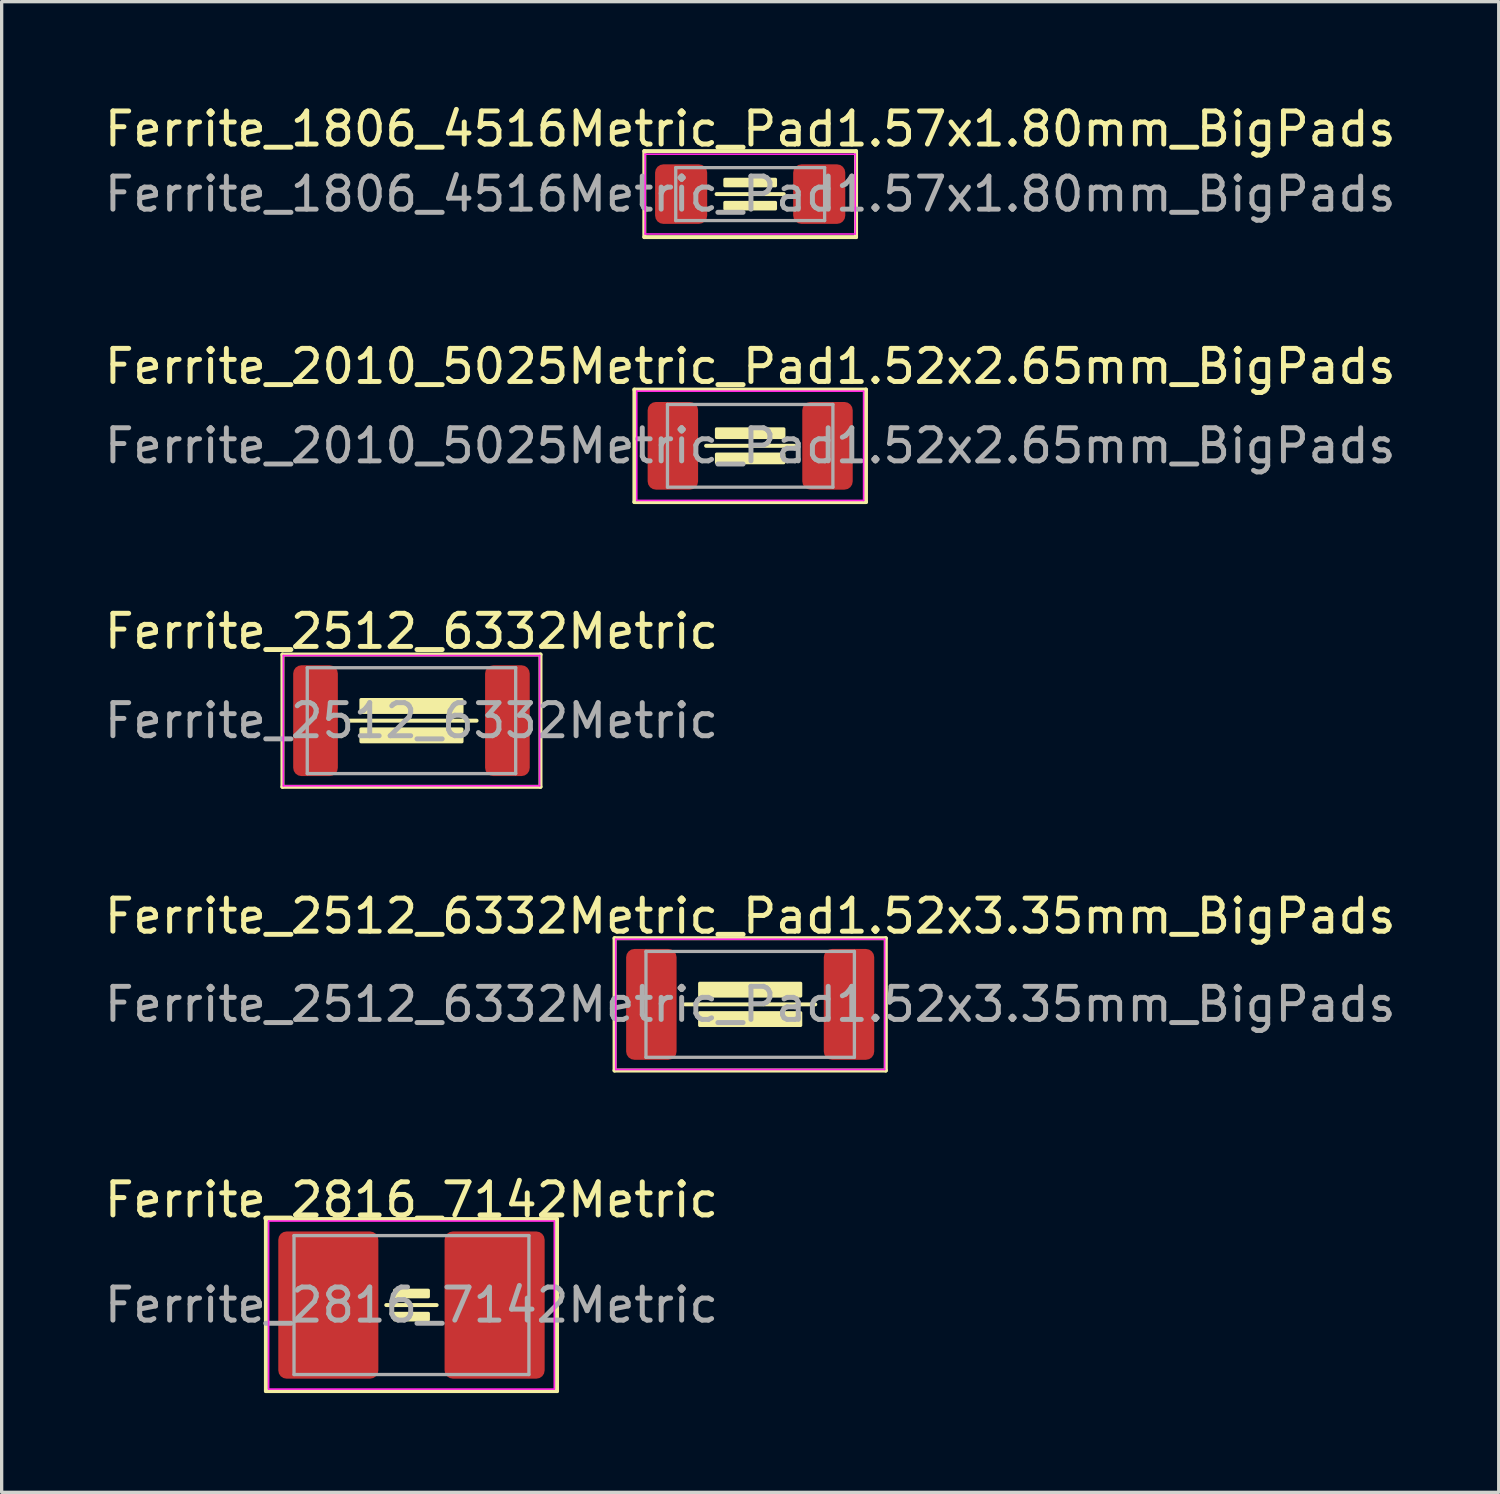
<source format=kicad_pcb>
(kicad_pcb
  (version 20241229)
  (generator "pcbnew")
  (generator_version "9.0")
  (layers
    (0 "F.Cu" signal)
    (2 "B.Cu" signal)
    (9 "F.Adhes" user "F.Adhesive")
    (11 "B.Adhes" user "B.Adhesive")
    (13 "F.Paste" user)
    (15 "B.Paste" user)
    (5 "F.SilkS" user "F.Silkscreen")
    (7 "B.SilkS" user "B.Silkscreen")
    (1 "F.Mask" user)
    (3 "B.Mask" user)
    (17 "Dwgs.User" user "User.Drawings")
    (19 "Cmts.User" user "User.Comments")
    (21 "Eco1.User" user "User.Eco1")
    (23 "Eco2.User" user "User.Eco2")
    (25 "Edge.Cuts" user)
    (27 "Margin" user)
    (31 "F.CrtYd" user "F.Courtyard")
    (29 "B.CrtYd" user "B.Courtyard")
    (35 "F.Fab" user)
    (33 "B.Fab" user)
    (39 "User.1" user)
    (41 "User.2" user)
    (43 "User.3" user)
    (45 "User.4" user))
  (footprint "Ferrite_1806_4516Metric_Pad1.57x1.80mm_BigPads"
    (layer "F.Cu")
    (at 19.625 2.817)
    (property "Reference" "Ferrite_1806_4516Metric_Pad1.57x1.80mm_BigPads" (at 0 -1.968 0) (layer "F.SilkS") (effects (font (size 1 1) (thickness 0.15))))
    (attr smd)
    (fp_line (start -3.2 -1.3) (end -3.2 1.3) (stroke (width 0.12) (type solid)) (layer "F.SilkS"))
    (fp_line (start -3.2 1.3) (end 3.2 1.3) (stroke (width 0.12) (type solid)) (layer "F.SilkS"))
    (fp_line (start -1.016 0) (end 1.016 0) (stroke (width 0.12) (type solid)) (layer "F.SilkS"))
    (fp_line (start 3.2 -1.3) (end -3.2 -1.3) (stroke (width 0.12) (type solid)) (layer "F.SilkS"))
    (fp_line (start 3.2 1.3) (end 3.2 -1.3) (stroke (width 0.12) (type solid)) (layer "F.SilkS"))
    (fp_poly (pts (xy 0.762 -0.254) (xy -0.762 -0.254) (xy -0.762 -0.445) (xy 0.762 -0.445)) (stroke (width 0.1) (type solid)) (fill yes) (layer "F.SilkS"))
    (fp_poly (pts (xy 0.762 0.445) (xy -0.762 0.445) (xy -0.762 0.254) (xy 0.762 0.254)) (stroke (width 0.1) (type solid)) (fill yes) (layer "F.SilkS"))
    (fp_line (start -3.175 -1.206) (end 3.175 -1.206) (stroke (width 0.05) (type solid)) (layer "F.CrtYd"))
    (fp_line (start -3.175 1.206) (end -3.175 -1.206) (stroke (width 0.05) (type solid)) (layer "F.CrtYd"))
    (fp_line (start 3.175 -1.206) (end 3.175 1.206) (stroke (width 0.05) (type solid)) (layer "F.CrtYd"))
    (fp_line (start 3.175 1.206) (end -3.175 1.206) (stroke (width 0.05) (type solid)) (layer "F.CrtYd"))
    (fp_line (start -2.25 -0.8) (end 2.25 -0.8) (stroke (width 0.1) (type solid)) (layer "F.Fab"))
    (fp_line (start -2.25 0.8) (end -2.25 -0.8) (stroke (width 0.1) (type solid)) (layer "F.Fab"))
    (fp_line (start 2.25 -0.8) (end 2.25 0.8) (stroke (width 0.1) (type solid)) (layer "F.Fab"))
    (fp_line (start 2.25 0.8) (end -2.25 0.8) (stroke (width 0.1) (type solid)) (layer "F.Fab"))
    (fp_text user "${REFERENCE}" (at 0 0 0) (layer "F.Fab") (effects (font (size 1 1) (thickness 0.15))))
    (pad "1" smd roundrect (at -2.087 0) (size 1.575 1.8) (layers "F.Cu" "F.Mask" "F.Paste") (roundrect_rratio 0.159))
    (pad "2" smd roundrect (at 2.087 0) (size 1.575 1.8) (layers "F.Cu" "F.Mask" "F.Paste") (roundrect_rratio 0.159)))
  (footprint "Ferrite_2010_5025Metric_Pad1.52x2.65mm_BigPads"
    (layer "F.Cu")
    (at 19.625 10.425)
    (property "Reference" "Ferrite_2010_5025Metric_Pad1.52x2.65mm_BigPads" (at 0 -2.4 0) (layer "F.SilkS") (effects (font (size 1 1) (thickness 0.15))))
    (attr smd)
    (fp_line (start -3.5 -1.7) (end -3.5 1.7) (stroke (width 0.12) (type solid)) (layer "F.SilkS"))
    (fp_line (start -3.5 1.7) (end 3.5 1.7) (stroke (width 0.12) (type solid)) (layer "F.SilkS"))
    (fp_line (start -1.333 0) (end 1.333 0) (stroke (width 0.12) (type solid)) (layer "F.SilkS"))
    (fp_line (start 3.5 -1.7) (end -3.5 -1.7) (stroke (width 0.12) (type solid)) (layer "F.SilkS"))
    (fp_line (start 3.5 1.7) (end 3.5 -1.7) (stroke (width 0.12) (type solid)) (layer "F.SilkS"))
    (fp_poly (pts (xy 1.016 -0.254) (xy -1.016 -0.254) (xy -1.016 -0.508) (xy 1.016 -0.508)) (stroke (width 0.1) (type solid)) (fill yes) (layer "F.SilkS"))
    (fp_poly (pts (xy 1.016 0.508) (xy -1.016 0.508) (xy -1.016 0.254) (xy 1.016 0.254)) (stroke (width 0.1) (type solid)) (fill yes) (layer "F.SilkS"))
    (fp_line (start -3.429 -1.651) (end 3.429 -1.651) (stroke (width 0.05) (type solid)) (layer "F.CrtYd"))
    (fp_line (start -3.429 1.651) (end -3.429 -1.651) (stroke (width 0.05) (type solid)) (layer "F.CrtYd"))
    (fp_line (start 3.429 -1.651) (end 3.429 1.651) (stroke (width 0.05) (type solid)) (layer "F.CrtYd"))
    (fp_line (start 3.429 1.651) (end -3.429 1.651) (stroke (width 0.05) (type solid)) (layer "F.CrtYd"))
    (fp_line (start -2.5 -1.25) (end 2.5 -1.25) (stroke (width 0.1) (type solid)) (layer "F.Fab"))
    (fp_line (start -2.5 1.25) (end -2.5 -1.25) (stroke (width 0.1) (type solid)) (layer "F.Fab"))
    (fp_line (start 2.5 -1.25) (end 2.5 1.25) (stroke (width 0.1) (type solid)) (layer "F.Fab"))
    (fp_line (start 2.5 1.25) (end -2.5 1.25) (stroke (width 0.1) (type solid)) (layer "F.Fab"))
    (fp_text user "${REFERENCE}" (at 0 0 0) (layer "F.Fab") (effects (font (size 1 1) (thickness 0.15))))
    (pad "1" smd roundrect (at -2.337 0) (size 1.525 2.65) (layers "F.Cu" "F.Mask" "F.Paste") (roundrect_rratio 0.164))
    (pad "2" smd roundrect (at 2.337 0) (size 1.525 2.65) (layers "F.Cu" "F.Mask" "F.Paste") (roundrect_rratio 0.164)))
  (footprint "Ferrite_2512_6332Metric_Pad1.52x3.35mm_BigPads"
    (layer "F.Cu")
    (at 19.625 27.308)
    (property "Reference" "Ferrite_2512_6332Metric_Pad1.52x3.35mm_BigPads" (at 0 -2.667 0) (layer "F.SilkS") (effects (font (size 1 1) (thickness 0.15))))
    (attr smd)
    (fp_line (start -4.1 -2) (end -4.1 2) (stroke (width 0.12) (type solid)) (layer "F.SilkS"))
    (fp_line (start -4.1 2) (end 4.1 2) (stroke (width 0.12) (type solid)) (layer "F.SilkS"))
    (fp_line (start -1.968 0) (end 1.968 0) (stroke (width 0.12) (type solid)) (layer "F.SilkS"))
    (fp_line (start 4.1 -2) (end -4.1 -2) (stroke (width 0.12) (type solid)) (layer "F.SilkS"))
    (fp_line (start 4.1 2) (end 4.1 -2) (stroke (width 0.12) (type solid)) (layer "F.SilkS"))
    (fp_poly (pts (xy 1.524 -0.254) (xy -1.524 -0.254) (xy -1.524 -0.635) (xy 1.524 -0.635)) (stroke (width 0.1) (type solid)) (fill yes) (layer "F.SilkS"))
    (fp_poly (pts (xy 1.524 0.635) (xy -1.524 0.635) (xy -1.524 0.254) (xy 1.524 0.254)) (stroke (width 0.1) (type solid)) (fill yes) (layer "F.SilkS"))
    (fp_line (start -4.064 -1.968) (end 4.064 -1.968) (stroke (width 0.05) (type solid)) (layer "F.CrtYd"))
    (fp_line (start -4.064 1.968) (end -4.064 -1.968) (stroke (width 0.05) (type solid)) (layer "F.CrtYd"))
    (fp_line (start 4.064 -1.968) (end 4.064 1.968) (stroke (width 0.05) (type solid)) (layer "F.CrtYd"))
    (fp_line (start 4.064 1.968) (end -4.064 1.968) (stroke (width 0.05) (type solid)) (layer "F.CrtYd"))
    (fp_line (start -3.15 -1.6) (end 3.15 -1.6) (stroke (width 0.1) (type solid)) (layer "F.Fab"))
    (fp_line (start -3.15 1.6) (end -3.15 -1.6) (stroke (width 0.1) (type solid)) (layer "F.Fab"))
    (fp_line (start 3.15 -1.6) (end 3.15 1.6) (stroke (width 0.1) (type solid)) (layer "F.Fab"))
    (fp_line (start 3.15 1.6) (end -3.15 1.6) (stroke (width 0.1) (type solid)) (layer "F.Fab"))
    (fp_text user "${REFERENCE}" (at 0 0 0) (layer "F.Fab") (effects (font (size 1 1) (thickness 0.15))))
    (pad "1" smd roundrect (at -2.987 0) (size 1.525 3.35) (layers "F.Cu" "F.Mask" "F.Paste") (roundrect_rratio 0.164))
    (pad "2" smd roundrect (at 2.987 0) (size 1.525 3.35) (layers "F.Cu" "F.Mask" "F.Paste") (roundrect_rratio 0.164)))
  (footprint "Ferrite_2512_6332Metric"
    (layer "F.Cu")
    (at 9.387 18.733)
    (property "Reference" "Ferrite_2512_6332Metric" (at 0 -2.7 0) (layer "F.SilkS") (effects (font (size 1 1) (thickness 0.15))))
    (attr smd)
    (fp_line (start -3.9 -2) (end -3.9 2) (stroke (width 0.12) (type solid)) (layer "F.SilkS"))
    (fp_line (start -3.9 2) (end 3.9 2) (stroke (width 0.12) (type solid)) (layer "F.SilkS"))
    (fp_line (start -1.968 0) (end 1.968 0) (stroke (width 0.12) (type solid)) (layer "F.SilkS"))
    (fp_line (start 3.9 -2) (end -3.9 -2) (stroke (width 0.12) (type solid)) (layer "F.SilkS"))
    (fp_line (start 3.9 2) (end 3.9 -2) (stroke (width 0.12) (type solid)) (layer "F.SilkS"))
    (fp_poly (pts (xy 1.524 -0.254) (xy -1.524 -0.254) (xy -1.524 -0.635) (xy 1.524 -0.635)) (stroke (width 0.1) (type solid)) (fill yes) (layer "F.SilkS"))
    (fp_poly (pts (xy 1.524 0.635) (xy -1.524 0.635) (xy -1.524 0.254) (xy 1.524 0.254)) (stroke (width 0.1) (type solid)) (fill yes) (layer "F.SilkS"))
    (fp_line (start -3.873 -1.968) (end 3.873 -1.968) (stroke (width 0.05) (type solid)) (layer "F.CrtYd"))
    (fp_line (start -3.873 1.968) (end -3.873 -1.968) (stroke (width 0.05) (type solid)) (layer "F.CrtYd"))
    (fp_line (start 3.873 -1.968) (end 3.873 1.968) (stroke (width 0.05) (type solid)) (layer "F.CrtYd"))
    (fp_line (start 3.873 1.968) (end -3.873 1.968) (stroke (width 0.05) (type solid)) (layer "F.CrtYd"))
    (fp_line (start -3.15 -1.6) (end 3.15 -1.6) (stroke (width 0.1) (type solid)) (layer "F.Fab"))
    (fp_line (start -3.15 1.6) (end -3.15 -1.6) (stroke (width 0.1) (type solid)) (layer "F.Fab"))
    (fp_line (start 3.15 -1.6) (end 3.15 1.6) (stroke (width 0.1) (type solid)) (layer "F.Fab"))
    (fp_line (start 3.15 1.6) (end -3.15 1.6) (stroke (width 0.1) (type solid)) (layer "F.Fab"))
    (fp_text user "${REFERENCE}" (at 0 0 0) (layer "F.Fab") (effects (font (size 1 1) (thickness 0.15))))
    (pad "1" smd roundrect (at -2.9 0) (size 1.35 3.35) (layers "F.Cu" "F.Mask" "F.Paste") (roundrect_rratio 0.185))
    (pad "2" smd roundrect (at 2.9 0) (size 1.35 3.35) (layers "F.Cu" "F.Mask" "F.Paste") (roundrect_rratio 0.185)))
  (footprint "Ferrite_2816_7142Metric"
    (layer "F.Cu")
    (at 9.387 36.397)
    (property "Reference" "Ferrite_2816_7142Metric" (at 0 -3.18 0) (layer "F.SilkS") (effects (font (size 1 1) (thickness 0.15))))
    (attr smd)
    (fp_line (start -4.4 -2.6) (end -4.4 2.6) (stroke (width 0.12) (type solid)) (layer "F.SilkS"))
    (fp_line (start -4.4 -2.6) (end 4.4 -2.6) (stroke (width 0.12) (type solid)) (layer "F.SilkS"))
    (fp_line (start -0.762 0) (end 0.762 0) (stroke (width 0.12) (type solid)) (layer "F.SilkS"))
    (fp_line (start 4.4 -2.6) (end 4.4 2.6) (stroke (width 0.12) (type solid)) (layer "F.SilkS"))
    (fp_line (start 4.4 2.6) (end -4.4 2.6) (stroke (width 0.12) (type solid)) (layer "F.SilkS"))
    (fp_poly (pts (xy 0.508 -0.254) (xy -0.508 -0.254) (xy -0.508 -0.445) (xy 0.508 -0.445)) (stroke (width 0.1) (type solid)) (fill yes) (layer "F.SilkS"))
    (fp_poly (pts (xy 0.508 0.445) (xy -0.508 0.445) (xy -0.508 0.254) (xy 0.508 0.254)) (stroke (width 0.1) (type solid)) (fill yes) (layer "F.SilkS"))
    (fp_line (start -4.318 -2.54) (end 4.318 -2.54) (stroke (width 0.05) (type solid)) (layer "F.CrtYd"))
    (fp_line (start -4.318 2.54) (end -4.318 -2.54) (stroke (width 0.05) (type solid)) (layer "F.CrtYd"))
    (fp_line (start 4.318 -2.54) (end 4.318 2.54) (stroke (width 0.05) (type solid)) (layer "F.CrtYd"))
    (fp_line (start 4.318 2.54) (end -4.318 2.54) (stroke (width 0.05) (type solid)) (layer "F.CrtYd"))
    (fp_line (start -3.55 -2.1) (end 3.55 -2.1) (stroke (width 0.1) (type solid)) (layer "F.Fab"))
    (fp_line (start -3.55 2.1) (end -3.55 -2.1) (stroke (width 0.1) (type solid)) (layer "F.Fab"))
    (fp_line (start 3.55 -2.1) (end 3.55 2.1) (stroke (width 0.1) (type solid)) (layer "F.Fab"))
    (fp_line (start 3.55 2.1) (end -3.55 2.1) (stroke (width 0.1) (type solid)) (layer "F.Fab"))
    (fp_text user "${REFERENCE}" (at 0 0 0) (layer "F.Fab") (effects (font (size 1 1) (thickness 0.15))))
    (pad "1" smd roundrect (at -2.513 0) (size 3.025 4.45) (layers "F.Cu" "F.Mask" "F.Paste") (roundrect_rratio 0.083))
    (pad "2" smd roundrect (at 2.513 0) (size 3.025 4.45) (layers "F.Cu" "F.Mask" "F.Paste") (roundrect_rratio 0.083)))
  (gr_rect
    (start -3 -3)
    (end 42.25 42.057)
    (stroke (width 0.1) (type default))
    (fill no)
    (layer "Edge.Cuts")))
</source>
